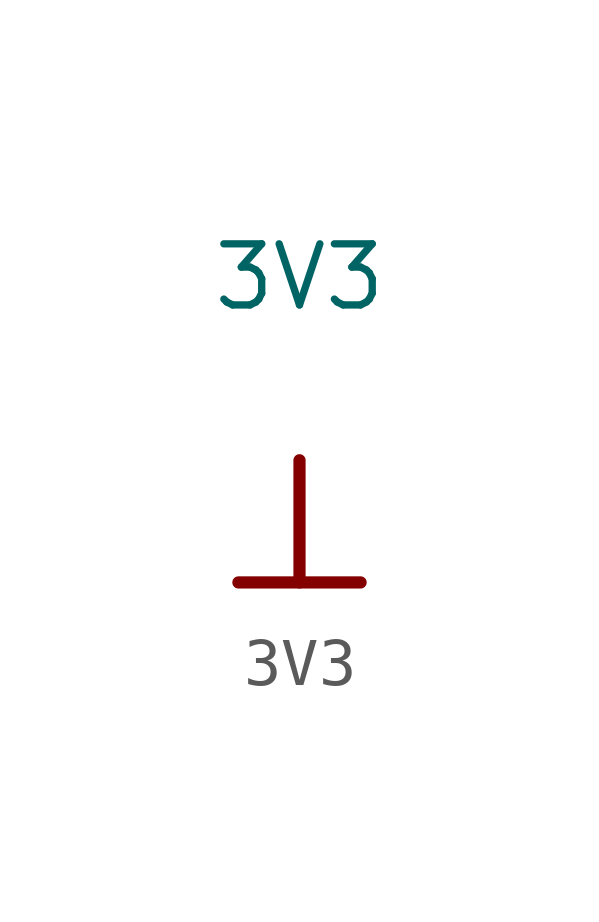
<source format=kicad_sym>
(kicad_symbol_lib
  (version 20211014)
  (generator kicad_symbol_editor)
  (symbol "3V3"
    (power)
    (property "Reference" "#PWR066"
      (at 0 0 0)
      (effects (font (size 1.27 1.27)) hide))
    (property "Value" "3V3"
      (at 0 3.81 0)
      (effects (font (size 1.27 1.27))))
    (symbol "3V3_0_0"
      (polyline (pts (xy -1.27 -2.54) (xy 1.27 -2.54)) (stroke (width 0.254) (type default) (color 0 0 0 0)) (fill (type none)))
      (polyline (pts (xy 0 0) (xy 0 -2.54)) (stroke (width 0.254) (type default) (color 0 0 0 0)) (fill (type none)))
      (pin power_in line (at 0 0 0) (length 0) hide (name "3V3" (effects (font (size 1.27 1.27)))) (number "" (effects (font (size 1.27 1.27))))))))
</source>
